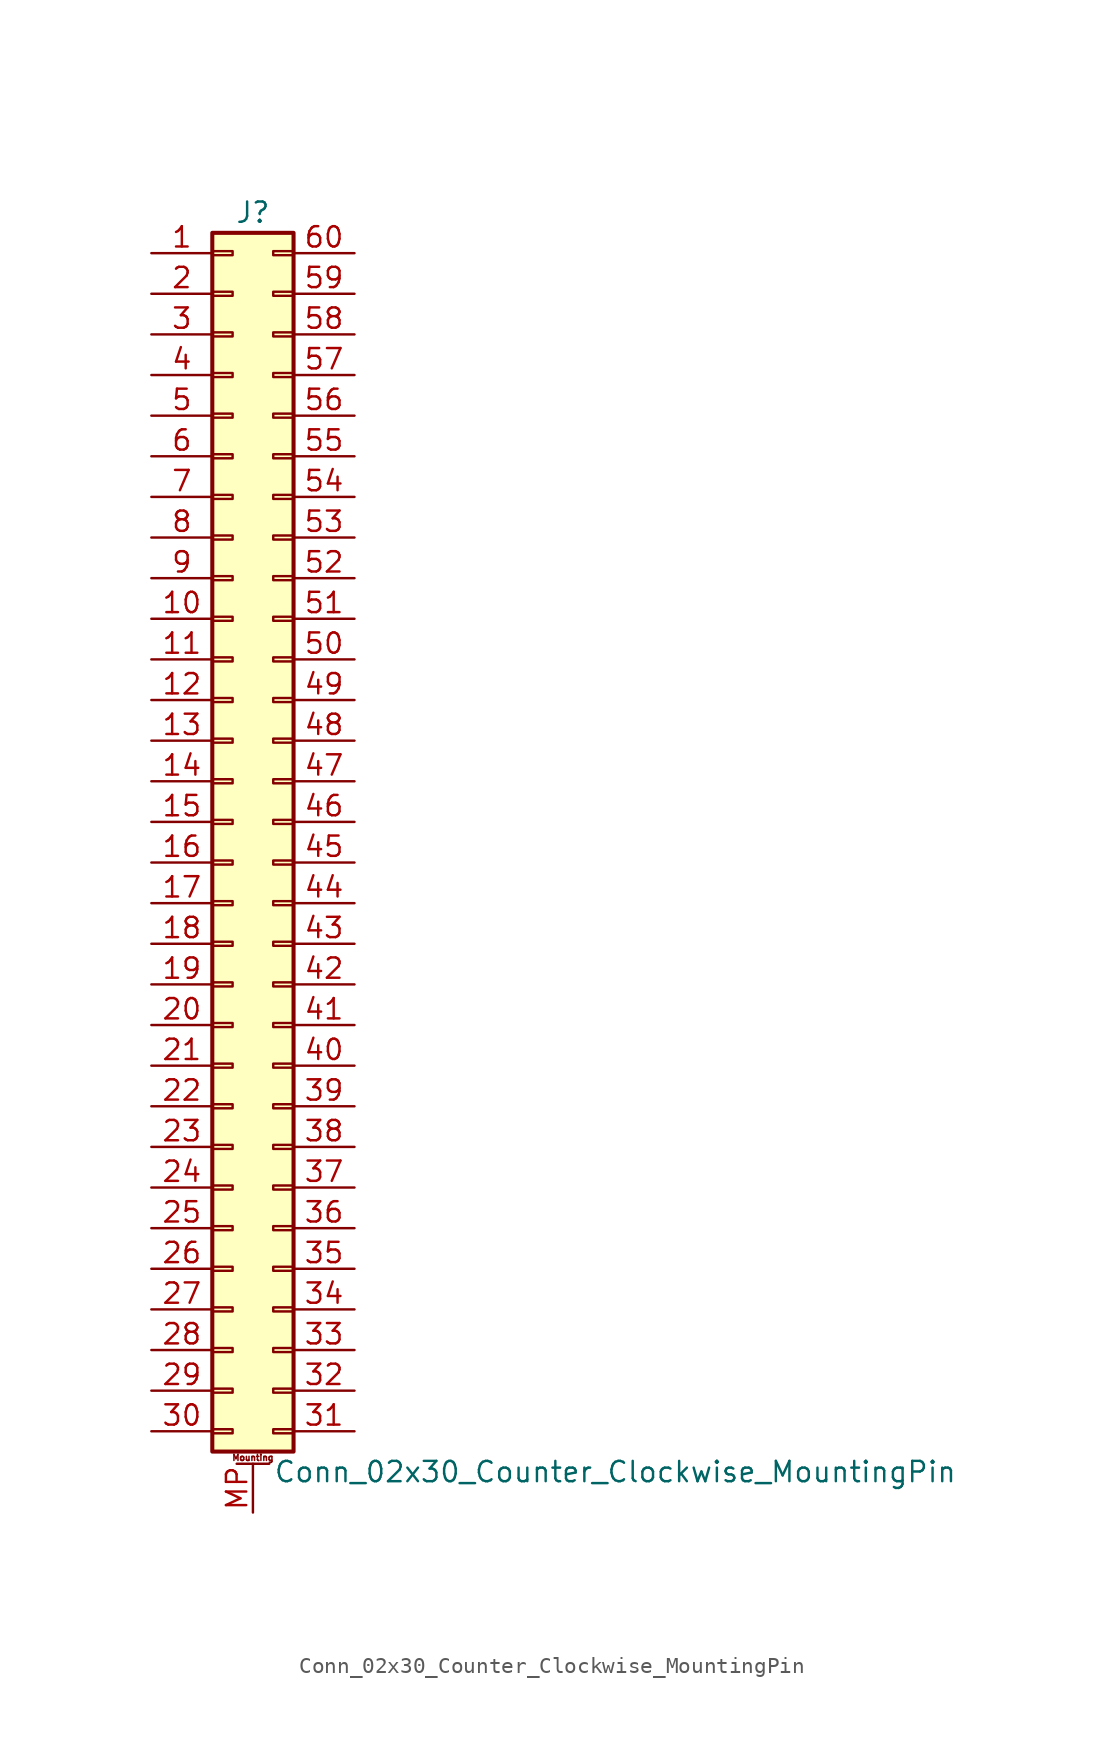
<source format=kicad_sym>
(kicad_symbol_lib
  (version 20220914)
  (generator kicad_symbol_editor)
  (symbol "Conn_02x30_Counter_Clockwise_MountingPin"
    (pin_names
      (offset 1.016) hide)
    (property "Reference" "J"
      (at 1.27 38.1 0)
      (effects (font (size 1.27 1.27))))
    (property "Value" "Conn_02x30_Counter_Clockwise_MountingPin"
      (at 2.54 -40.64 0)
      (effects (font (size 1.27 1.27)) (justify left)))
    (symbol "Conn_02x30_Counter_Clockwise_MountingPin_1_1"
      (rectangle (start -1.27 -37.973) (end 0 -38.227) (stroke (width 0.152) (type default)) (fill (type none)))
      (rectangle (start -1.27 -35.433) (end 0 -35.687) (stroke (width 0.152) (type default)) (fill (type none)))
      (rectangle (start -1.27 -32.893) (end 0 -33.147) (stroke (width 0.152) (type default)) (fill (type none)))
      (rectangle (start -1.27 -30.353) (end 0 -30.607) (stroke (width 0.152) (type default)) (fill (type none)))
      (rectangle (start -1.27 -27.813) (end 0 -28.067) (stroke (width 0.152) (type default)) (fill (type none)))
      (rectangle (start -1.27 -25.273) (end 0 -25.527) (stroke (width 0.152) (type default)) (fill (type none)))
      (rectangle (start -1.27 -22.733) (end 0 -22.987) (stroke (width 0.152) (type default)) (fill (type none)))
      (rectangle (start -1.27 -20.193) (end 0 -20.447) (stroke (width 0.152) (type default)) (fill (type none)))
      (rectangle (start -1.27 -17.653) (end 0 -17.907) (stroke (width 0.152) (type default)) (fill (type none)))
      (rectangle (start -1.27 -15.113) (end 0 -15.367) (stroke (width 0.152) (type default)) (fill (type none)))
      (rectangle (start -1.27 -12.573) (end 0 -12.827) (stroke (width 0.152) (type default)) (fill (type none)))
      (rectangle (start -1.27 -10.033) (end 0 -10.287) (stroke (width 0.152) (type default)) (fill (type none)))
      (rectangle (start -1.27 -7.493) (end 0 -7.747) (stroke (width 0.152) (type default)) (fill (type none)))
      (rectangle (start -1.27 -4.953) (end 0 -5.207) (stroke (width 0.152) (type default)) (fill (type none)))
      (rectangle (start -1.27 -2.413) (end 0 -2.667) (stroke (width 0.152) (type default)) (fill (type none)))
      (rectangle (start -1.27 0.127) (end 0 -0.127) (stroke (width 0.152) (type default)) (fill (type none)))
      (rectangle (start -1.27 2.667) (end 0 2.413) (stroke (width 0.152) (type default)) (fill (type none)))
      (rectangle (start -1.27 5.207) (end 0 4.953) (stroke (width 0.152) (type default)) (fill (type none)))
      (rectangle (start -1.27 7.747) (end 0 7.493) (stroke (width 0.152) (type default)) (fill (type none)))
      (rectangle (start -1.27 10.287) (end 0 10.033) (stroke (width 0.152) (type default)) (fill (type none)))
      (rectangle (start -1.27 12.827) (end 0 12.573) (stroke (width 0.152) (type default)) (fill (type none)))
      (rectangle (start -1.27 15.367) (end 0 15.113) (stroke (width 0.152) (type default)) (fill (type none)))
      (rectangle (start -1.27 17.907) (end 0 17.653) (stroke (width 0.152) (type default)) (fill (type none)))
      (rectangle (start -1.27 20.447) (end 0 20.193) (stroke (width 0.152) (type default)) (fill (type none)))
      (rectangle (start -1.27 22.987) (end 0 22.733) (stroke (width 0.152) (type default)) (fill (type none)))
      (rectangle (start -1.27 25.527) (end 0 25.273) (stroke (width 0.152) (type default)) (fill (type none)))
      (rectangle (start -1.27 28.067) (end 0 27.813) (stroke (width 0.152) (type default)) (fill (type none)))
      (rectangle (start -1.27 30.607) (end 0 30.353) (stroke (width 0.152) (type default)) (fill (type none)))
      (rectangle (start -1.27 33.147) (end 0 32.893) (stroke (width 0.152) (type default)) (fill (type none)))
      (rectangle (start -1.27 35.687) (end 0 35.433) (stroke (width 0.152) (type default)) (fill (type none)))
      (rectangle (start -1.27 36.83) (end 3.81 -39.37) (stroke (width 0.254) (type default)) (fill (type background)))
      (polyline (pts (xy 0.254 -40.132) (xy 2.286 -40.132)) (stroke (width 0.152) (type default)) (fill (type none)))
      (rectangle (start 3.81 -37.973) (end 2.54 -38.227) (stroke (width 0.152) (type default)) (fill (type none)))
      (rectangle (start 3.81 -35.433) (end 2.54 -35.687) (stroke (width 0.152) (type default)) (fill (type none)))
      (rectangle (start 3.81 -32.893) (end 2.54 -33.147) (stroke (width 0.152) (type default)) (fill (type none)))
      (rectangle (start 3.81 -30.353) (end 2.54 -30.607) (stroke (width 0.152) (type default)) (fill (type none)))
      (rectangle (start 3.81 -27.813) (end 2.54 -28.067) (stroke (width 0.152) (type default)) (fill (type none)))
      (rectangle (start 3.81 -25.273) (end 2.54 -25.527) (stroke (width 0.152) (type default)) (fill (type none)))
      (rectangle (start 3.81 -22.733) (end 2.54 -22.987) (stroke (width 0.152) (type default)) (fill (type none)))
      (rectangle (start 3.81 -20.193) (end 2.54 -20.447) (stroke (width 0.152) (type default)) (fill (type none)))
      (rectangle (start 3.81 -17.653) (end 2.54 -17.907) (stroke (width 0.152) (type default)) (fill (type none)))
      (rectangle (start 3.81 -15.113) (end 2.54 -15.367) (stroke (width 0.152) (type default)) (fill (type none)))
      (rectangle (start 3.81 -12.573) (end 2.54 -12.827) (stroke (width 0.152) (type default)) (fill (type none)))
      (rectangle (start 3.81 -10.033) (end 2.54 -10.287) (stroke (width 0.152) (type default)) (fill (type none)))
      (rectangle (start 3.81 -7.493) (end 2.54 -7.747) (stroke (width 0.152) (type default)) (fill (type none)))
      (rectangle (start 3.81 -4.953) (end 2.54 -5.207) (stroke (width 0.152) (type default)) (fill (type none)))
      (rectangle (start 3.81 -2.413) (end 2.54 -2.667) (stroke (width 0.152) (type default)) (fill (type none)))
      (rectangle (start 3.81 0.127) (end 2.54 -0.127) (stroke (width 0.152) (type default)) (fill (type none)))
      (rectangle (start 3.81 2.667) (end 2.54 2.413) (stroke (width 0.152) (type default)) (fill (type none)))
      (rectangle (start 3.81 5.207) (end 2.54 4.953) (stroke (width 0.152) (type default)) (fill (type none)))
      (rectangle (start 3.81 7.747) (end 2.54 7.493) (stroke (width 0.152) (type default)) (fill (type none)))
      (rectangle (start 3.81 10.287) (end 2.54 10.033) (stroke (width 0.152) (type default)) (fill (type none)))
      (rectangle (start 3.81 12.827) (end 2.54 12.573) (stroke (width 0.152) (type default)) (fill (type none)))
      (rectangle (start 3.81 15.367) (end 2.54 15.113) (stroke (width 0.152) (type default)) (fill (type none)))
      (rectangle (start 3.81 17.907) (end 2.54 17.653) (stroke (width 0.152) (type default)) (fill (type none)))
      (rectangle (start 3.81 20.447) (end 2.54 20.193) (stroke (width 0.152) (type default)) (fill (type none)))
      (rectangle (start 3.81 22.987) (end 2.54 22.733) (stroke (width 0.152) (type default)) (fill (type none)))
      (rectangle (start 3.81 25.527) (end 2.54 25.273) (stroke (width 0.152) (type default)) (fill (type none)))
      (rectangle (start 3.81 28.067) (end 2.54 27.813) (stroke (width 0.152) (type default)) (fill (type none)))
      (rectangle (start 3.81 30.607) (end 2.54 30.353) (stroke (width 0.152) (type default)) (fill (type none)))
      (rectangle (start 3.81 33.147) (end 2.54 32.893) (stroke (width 0.152) (type default)) (fill (type none)))
      (rectangle (start 3.81 35.687) (end 2.54 35.433) (stroke (width 0.152) (type default)) (fill (type none)))
      (text "Mounting" (at 1.27 -39.751 0) (effects (font (size 0.381 0.381))))
      (pin passive line (at -5.08 35.56 0) (length 3.81) (name "Pin_1" (effects (font (size 1.27 1.27)))) (number "1" (effects (font (size 1.27 1.27)))))
      (pin passive line (at -5.08 12.7 0) (length 3.81) (name "Pin_10" (effects (font (size 1.27 1.27)))) (number "10" (effects (font (size 1.27 1.27)))))
      (pin passive line (at -5.08 10.16 0) (length 3.81) (name "Pin_11" (effects (font (size 1.27 1.27)))) (number "11" (effects (font (size 1.27 1.27)))))
      (pin passive line (at -5.08 7.62 0) (length 3.81) (name "Pin_12" (effects (font (size 1.27 1.27)))) (number "12" (effects (font (size 1.27 1.27)))))
      (pin passive line (at -5.08 5.08 0) (length 3.81) (name "Pin_13" (effects (font (size 1.27 1.27)))) (number "13" (effects (font (size 1.27 1.27)))))
      (pin passive line (at -5.08 2.54 0) (length 3.81) (name "Pin_14" (effects (font (size 1.27 1.27)))) (number "14" (effects (font (size 1.27 1.27)))))
      (pin passive line (at -5.08 0 0) (length 3.81) (name "Pin_15" (effects (font (size 1.27 1.27)))) (number "15" (effects (font (size 1.27 1.27)))))
      (pin passive line (at -5.08 -2.54 0) (length 3.81) (name "Pin_16" (effects (font (size 1.27 1.27)))) (number "16" (effects (font (size 1.27 1.27)))))
      (pin passive line (at -5.08 -5.08 0) (length 3.81) (name "Pin_17" (effects (font (size 1.27 1.27)))) (number "17" (effects (font (size 1.27 1.27)))))
      (pin passive line (at -5.08 -7.62 0) (length 3.81) (name "Pin_18" (effects (font (size 1.27 1.27)))) (number "18" (effects (font (size 1.27 1.27)))))
      (pin passive line (at -5.08 -10.16 0) (length 3.81) (name "Pin_19" (effects (font (size 1.27 1.27)))) (number "19" (effects (font (size 1.27 1.27)))))
      (pin passive line (at -5.08 33.02 0) (length 3.81) (name "Pin_2" (effects (font (size 1.27 1.27)))) (number "2" (effects (font (size 1.27 1.27)))))
      (pin passive line (at -5.08 -12.7 0) (length 3.81) (name "Pin_20" (effects (font (size 1.27 1.27)))) (number "20" (effects (font (size 1.27 1.27)))))
      (pin passive line (at -5.08 -15.24 0) (length 3.81) (name "Pin_21" (effects (font (size 1.27 1.27)))) (number "21" (effects (font (size 1.27 1.27)))))
      (pin passive line (at -5.08 -17.78 0) (length 3.81) (name "Pin_22" (effects (font (size 1.27 1.27)))) (number "22" (effects (font (size 1.27 1.27)))))
      (pin passive line (at -5.08 -20.32 0) (length 3.81) (name "Pin_23" (effects (font (size 1.27 1.27)))) (number "23" (effects (font (size 1.27 1.27)))))
      (pin passive line (at -5.08 -22.86 0) (length 3.81) (name "Pin_24" (effects (font (size 1.27 1.27)))) (number "24" (effects (font (size 1.27 1.27)))))
      (pin passive line (at -5.08 -25.4 0) (length 3.81) (name "Pin_25" (effects (font (size 1.27 1.27)))) (number "25" (effects (font (size 1.27 1.27)))))
      (pin passive line (at -5.08 -27.94 0) (length 3.81) (name "Pin_26" (effects (font (size 1.27 1.27)))) (number "26" (effects (font (size 1.27 1.27)))))
      (pin passive line (at -5.08 -30.48 0) (length 3.81) (name "Pin_27" (effects (font (size 1.27 1.27)))) (number "27" (effects (font (size 1.27 1.27)))))
      (pin passive line (at -5.08 -33.02 0) (length 3.81) (name "Pin_28" (effects (font (size 1.27 1.27)))) (number "28" (effects (font (size 1.27 1.27)))))
      (pin passive line (at -5.08 -35.56 0) (length 3.81) (name "Pin_29" (effects (font (size 1.27 1.27)))) (number "29" (effects (font (size 1.27 1.27)))))
      (pin passive line (at -5.08 30.48 0) (length 3.81) (name "Pin_3" (effects (font (size 1.27 1.27)))) (number "3" (effects (font (size 1.27 1.27)))))
      (pin passive line (at -5.08 -38.1 0) (length 3.81) (name "Pin_30" (effects (font (size 1.27 1.27)))) (number "30" (effects (font (size 1.27 1.27)))))
      (pin passive line (at 7.62 -38.1 180) (length 3.81) (name "Pin_31" (effects (font (size 1.27 1.27)))) (number "31" (effects (font (size 1.27 1.27)))))
      (pin passive line (at 7.62 -35.56 180) (length 3.81) (name "Pin_32" (effects (font (size 1.27 1.27)))) (number "32" (effects (font (size 1.27 1.27)))))
      (pin passive line (at 7.62 -33.02 180) (length 3.81) (name "Pin_33" (effects (font (size 1.27 1.27)))) (number "33" (effects (font (size 1.27 1.27)))))
      (pin passive line (at 7.62 -30.48 180) (length 3.81) (name "Pin_34" (effects (font (size 1.27 1.27)))) (number "34" (effects (font (size 1.27 1.27)))))
      (pin passive line (at 7.62 -27.94 180) (length 3.81) (name "Pin_35" (effects (font (size 1.27 1.27)))) (number "35" (effects (font (size 1.27 1.27)))))
      (pin passive line (at 7.62 -25.4 180) (length 3.81) (name "Pin_36" (effects (font (size 1.27 1.27)))) (number "36" (effects (font (size 1.27 1.27)))))
      (pin passive line (at 7.62 -22.86 180) (length 3.81) (name "Pin_37" (effects (font (size 1.27 1.27)))) (number "37" (effects (font (size 1.27 1.27)))))
      (pin passive line (at 7.62 -20.32 180) (length 3.81) (name "Pin_38" (effects (font (size 1.27 1.27)))) (number "38" (effects (font (size 1.27 1.27)))))
      (pin passive line (at 7.62 -17.78 180) (length 3.81) (name "Pin_39" (effects (font (size 1.27 1.27)))) (number "39" (effects (font (size 1.27 1.27)))))
      (pin passive line (at -5.08 27.94 0) (length 3.81) (name "Pin_4" (effects (font (size 1.27 1.27)))) (number "4" (effects (font (size 1.27 1.27)))))
      (pin passive line (at 7.62 -15.24 180) (length 3.81) (name "Pin_40" (effects (font (size 1.27 1.27)))) (number "40" (effects (font (size 1.27 1.27)))))
      (pin passive line (at 7.62 -12.7 180) (length 3.81) (name "Pin_41" (effects (font (size 1.27 1.27)))) (number "41" (effects (font (size 1.27 1.27)))))
      (pin passive line (at 7.62 -10.16 180) (length 3.81) (name "Pin_42" (effects (font (size 1.27 1.27)))) (number "42" (effects (font (size 1.27 1.27)))))
      (pin passive line (at 7.62 -7.62 180) (length 3.81) (name "Pin_43" (effects (font (size 1.27 1.27)))) (number "43" (effects (font (size 1.27 1.27)))))
      (pin passive line (at 7.62 -5.08 180) (length 3.81) (name "Pin_44" (effects (font (size 1.27 1.27)))) (number "44" (effects (font (size 1.27 1.27)))))
      (pin passive line (at 7.62 -2.54 180) (length 3.81) (name "Pin_45" (effects (font (size 1.27 1.27)))) (number "45" (effects (font (size 1.27 1.27)))))
      (pin passive line (at 7.62 0 180) (length 3.81) (name "Pin_46" (effects (font (size 1.27 1.27)))) (number "46" (effects (font (size 1.27 1.27)))))
      (pin passive line (at 7.62 2.54 180) (length 3.81) (name "Pin_47" (effects (font (size 1.27 1.27)))) (number "47" (effects (font (size 1.27 1.27)))))
      (pin passive line (at 7.62 5.08 180) (length 3.81) (name "Pin_48" (effects (font (size 1.27 1.27)))) (number "48" (effects (font (size 1.27 1.27)))))
      (pin passive line (at 7.62 7.62 180) (length 3.81) (name "Pin_49" (effects (font (size 1.27 1.27)))) (number "49" (effects (font (size 1.27 1.27)))))
      (pin passive line (at -5.08 25.4 0) (length 3.81) (name "Pin_5" (effects (font (size 1.27 1.27)))) (number "5" (effects (font (size 1.27 1.27)))))
      (pin passive line (at 7.62 10.16 180) (length 3.81) (name "Pin_50" (effects (font (size 1.27 1.27)))) (number "50" (effects (font (size 1.27 1.27)))))
      (pin passive line (at 7.62 12.7 180) (length 3.81) (name "Pin_51" (effects (font (size 1.27 1.27)))) (number "51" (effects (font (size 1.27 1.27)))))
      (pin passive line (at 7.62 15.24 180) (length 3.81) (name "Pin_52" (effects (font (size 1.27 1.27)))) (number "52" (effects (font (size 1.27 1.27)))))
      (pin passive line (at 7.62 17.78 180) (length 3.81) (name "Pin_53" (effects (font (size 1.27 1.27)))) (number "53" (effects (font (size 1.27 1.27)))))
      (pin passive line (at 7.62 20.32 180) (length 3.81) (name "Pin_54" (effects (font (size 1.27 1.27)))) (number "54" (effects (font (size 1.27 1.27)))))
      (pin passive line (at 7.62 22.86 180) (length 3.81) (name "Pin_55" (effects (font (size 1.27 1.27)))) (number "55" (effects (font (size 1.27 1.27)))))
      (pin passive line (at 7.62 25.4 180) (length 3.81) (name "Pin_56" (effects (font (size 1.27 1.27)))) (number "56" (effects (font (size 1.27 1.27)))))
      (pin passive line (at 7.62 27.94 180) (length 3.81) (name "Pin_57" (effects (font (size 1.27 1.27)))) (number "57" (effects (font (size 1.27 1.27)))))
      (pin passive line (at 7.62 30.48 180) (length 3.81) (name "Pin_58" (effects (font (size 1.27 1.27)))) (number "58" (effects (font (size 1.27 1.27)))))
      (pin passive line (at 7.62 33.02 180) (length 3.81) (name "Pin_59" (effects (font (size 1.27 1.27)))) (number "59" (effects (font (size 1.27 1.27)))))
      (pin passive line (at -5.08 22.86 0) (length 3.81) (name "Pin_6" (effects (font (size 1.27 1.27)))) (number "6" (effects (font (size 1.27 1.27)))))
      (pin passive line (at 7.62 35.56 180) (length 3.81) (name "Pin_60" (effects (font (size 1.27 1.27)))) (number "60" (effects (font (size 1.27 1.27)))))
      (pin passive line (at -5.08 20.32 0) (length 3.81) (name "Pin_7" (effects (font (size 1.27 1.27)))) (number "7" (effects (font (size 1.27 1.27)))))
      (pin passive line (at -5.08 17.78 0) (length 3.81) (name "Pin_8" (effects (font (size 1.27 1.27)))) (number "8" (effects (font (size 1.27 1.27)))))
      (pin passive line (at -5.08 15.24 0) (length 3.81) (name "Pin_9" (effects (font (size 1.27 1.27)))) (number "9" (effects (font (size 1.27 1.27)))))
      (pin passive line (at 1.27 -43.18 90) (length 3.048) (name "MountPin" (effects (font (size 1.27 1.27)))) (number "MP" (effects (font (size 1.27 1.27))))))))
</source>
